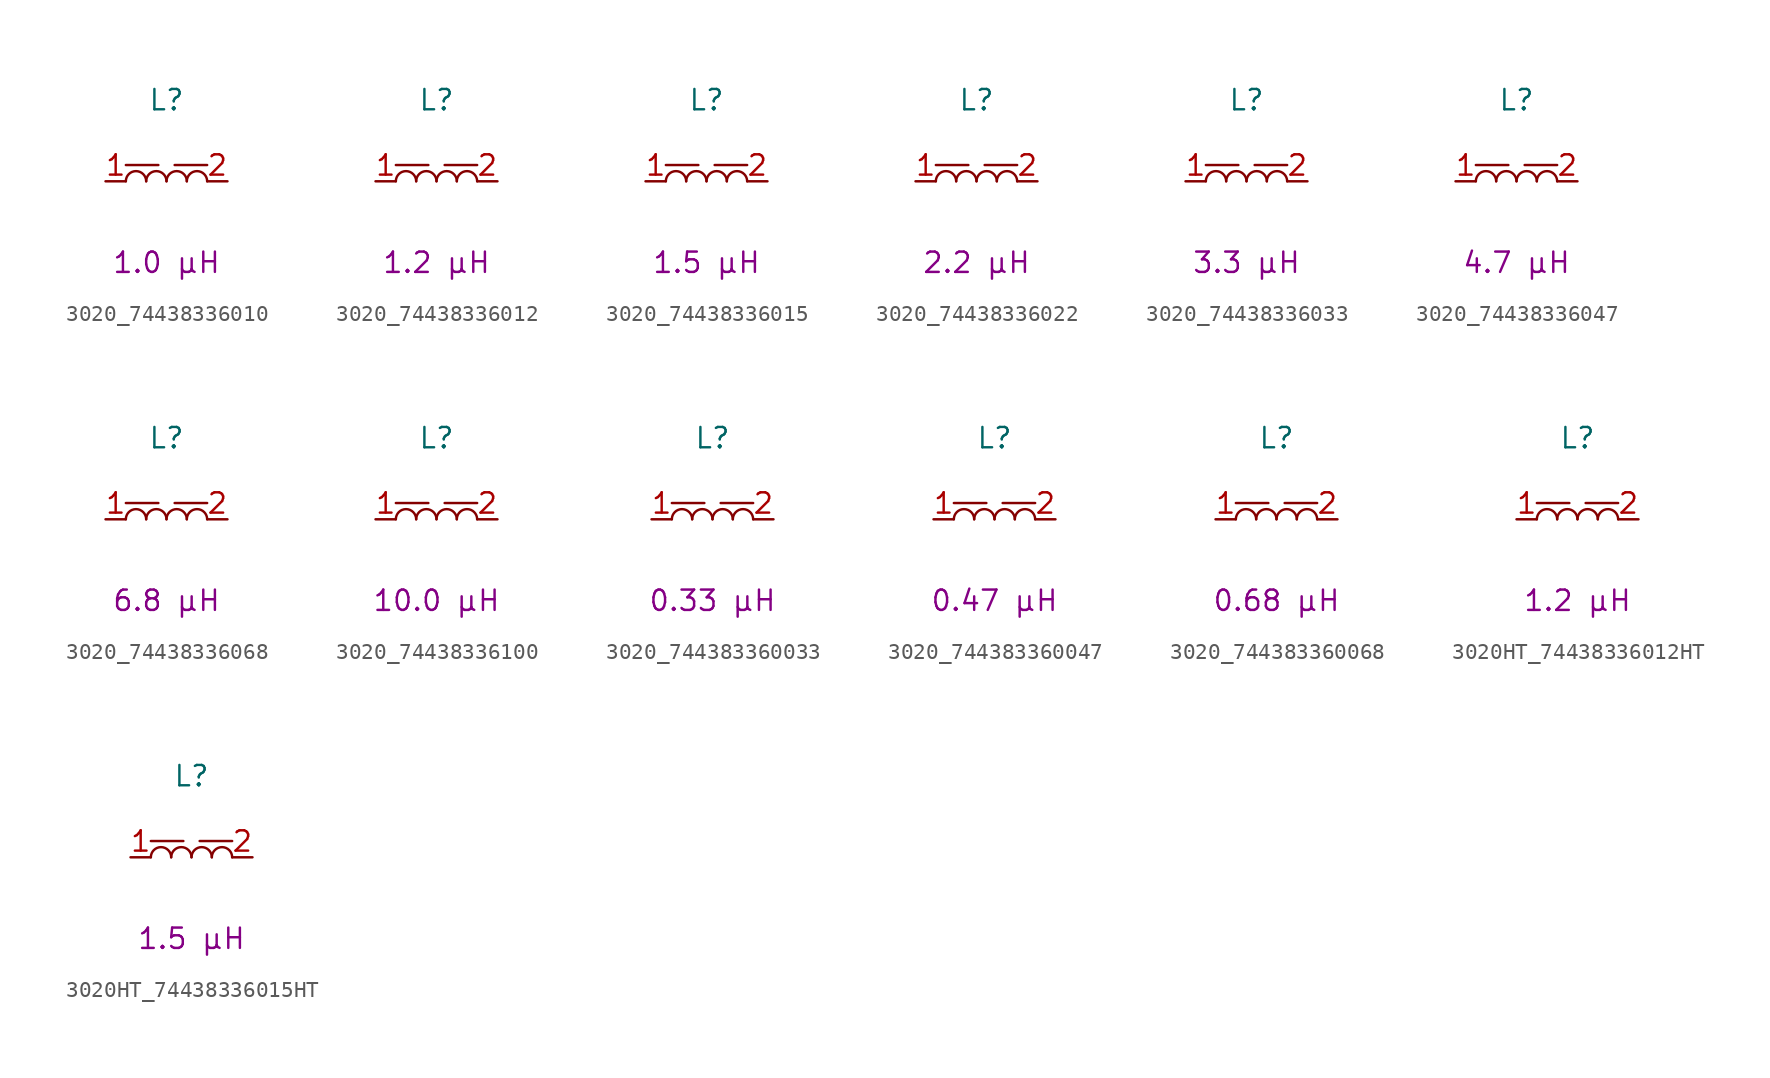
<source format=kicad_sym>
(kicad_symbol_lib
  (version 20220914)
  (generator kicad_symbol_editor)
  (symbol "3020_74438336010"
    (pin_names hide)
    (property "Reference" "L"
      (at 0 5.08 0)
      (effects (font (size 1.27 1.27))))
    (property "Critical Parameter" "1.0 µH"
      (at 0 -5.08 0)
      (effects (font (size 1.27 1.27))))
    (symbol "3020_74438336010_0_1"
      (arc (start -1.27 0) (mid -1.905 0.6323) (end -2.54 0) (stroke (width 0) (type default)) (fill (type none)))
      (arc (start 0 0) (mid -0.635 0.6323) (end -1.27 0) (stroke (width 0) (type default)) (fill (type none)))
      (polyline (pts (xy -2.54 1.016) (xy -0.508 1.016)) (stroke (width 0) (type default)) (fill (type none)))
      (arc (start 1.27 0) (mid 0.635 0.6323) (end 0 0) (stroke (width 0) (type default)) (fill (type none)))
      (arc (start 2.54 0) (mid 1.905 0.6323) (end 1.27 0) (stroke (width 0) (type default)) (fill (type none))))
    (symbol "3020_74438336010_1_1"
      (polyline (pts (xy 2.54 1.016) (xy 0.508 1.016)) (stroke (width 0) (type default)) (fill (type none)))
      (pin passive line (at -3.81 0 0) (length 1.27) (name "1" (effects (font (size 1.27 1.27)))) (number "1" (effects (font (size 1.27 1.27)))))
      (pin passive line (at 3.81 0 180) (length 1.27) (name "2" (effects (font (size 1.27 1.27)))) (number "2" (effects (font (size 1.27 1.27)))))))
  (symbol "3020_74438336012"
    (pin_names hide)
    (property "Reference" "L"
      (at 0 5.08 0)
      (effects (font (size 1.27 1.27))))
    (property "Critical Parameter" "1.2 µH"
      (at 0 -5.08 0)
      (effects (font (size 1.27 1.27))))
    (symbol "3020_74438336012_0_1"
      (arc (start -1.27 0) (mid -1.905 0.6323) (end -2.54 0) (stroke (width 0) (type default)) (fill (type none)))
      (arc (start 0 0) (mid -0.635 0.6323) (end -1.27 0) (stroke (width 0) (type default)) (fill (type none)))
      (polyline (pts (xy -2.54 1.016) (xy -0.508 1.016)) (stroke (width 0) (type default)) (fill (type none)))
      (arc (start 1.27 0) (mid 0.635 0.6323) (end 0 0) (stroke (width 0) (type default)) (fill (type none)))
      (arc (start 2.54 0) (mid 1.905 0.6323) (end 1.27 0) (stroke (width 0) (type default)) (fill (type none))))
    (symbol "3020_74438336012_1_1"
      (polyline (pts (xy 2.54 1.016) (xy 0.508 1.016)) (stroke (width 0) (type default)) (fill (type none)))
      (pin passive line (at -3.81 0 0) (length 1.27) (name "1" (effects (font (size 1.27 1.27)))) (number "1" (effects (font (size 1.27 1.27)))))
      (pin passive line (at 3.81 0 180) (length 1.27) (name "2" (effects (font (size 1.27 1.27)))) (number "2" (effects (font (size 1.27 1.27)))))))
  (symbol "3020_74438336015"
    (pin_names hide)
    (property "Reference" "L"
      (at 0 5.08 0)
      (effects (font (size 1.27 1.27))))
    (property "Critical Parameter" "1.5 µH"
      (at 0 -5.08 0)
      (effects (font (size 1.27 1.27))))
    (symbol "3020_74438336015_0_1"
      (arc (start -1.27 0) (mid -1.905 0.6323) (end -2.54 0) (stroke (width 0) (type default)) (fill (type none)))
      (arc (start 0 0) (mid -0.635 0.6323) (end -1.27 0) (stroke (width 0) (type default)) (fill (type none)))
      (polyline (pts (xy -2.54 1.016) (xy -0.508 1.016)) (stroke (width 0) (type default)) (fill (type none)))
      (arc (start 1.27 0) (mid 0.635 0.6323) (end 0 0) (stroke (width 0) (type default)) (fill (type none)))
      (arc (start 2.54 0) (mid 1.905 0.6323) (end 1.27 0) (stroke (width 0) (type default)) (fill (type none))))
    (symbol "3020_74438336015_1_1"
      (polyline (pts (xy 2.54 1.016) (xy 0.508 1.016)) (stroke (width 0) (type default)) (fill (type none)))
      (pin passive line (at -3.81 0 0) (length 1.27) (name "1" (effects (font (size 1.27 1.27)))) (number "1" (effects (font (size 1.27 1.27)))))
      (pin passive line (at 3.81 0 180) (length 1.27) (name "2" (effects (font (size 1.27 1.27)))) (number "2" (effects (font (size 1.27 1.27)))))))
  (symbol "3020_74438336022"
    (pin_names hide)
    (property "Reference" "L"
      (at 0 5.08 0)
      (effects (font (size 1.27 1.27))))
    (property "Critical Parameter" "2.2 µH"
      (at 0 -5.08 0)
      (effects (font (size 1.27 1.27))))
    (symbol "3020_74438336022_0_1"
      (arc (start -1.27 0) (mid -1.905 0.6323) (end -2.54 0) (stroke (width 0) (type default)) (fill (type none)))
      (arc (start 0 0) (mid -0.635 0.6323) (end -1.27 0) (stroke (width 0) (type default)) (fill (type none)))
      (polyline (pts (xy -2.54 1.016) (xy -0.508 1.016)) (stroke (width 0) (type default)) (fill (type none)))
      (arc (start 1.27 0) (mid 0.635 0.6323) (end 0 0) (stroke (width 0) (type default)) (fill (type none)))
      (arc (start 2.54 0) (mid 1.905 0.6323) (end 1.27 0) (stroke (width 0) (type default)) (fill (type none))))
    (symbol "3020_74438336022_1_1"
      (polyline (pts (xy 2.54 1.016) (xy 0.508 1.016)) (stroke (width 0) (type default)) (fill (type none)))
      (pin passive line (at -3.81 0 0) (length 1.27) (name "1" (effects (font (size 1.27 1.27)))) (number "1" (effects (font (size 1.27 1.27)))))
      (pin passive line (at 3.81 0 180) (length 1.27) (name "2" (effects (font (size 1.27 1.27)))) (number "2" (effects (font (size 1.27 1.27)))))))
  (symbol "3020_74438336033"
    (pin_names hide)
    (property "Reference" "L"
      (at 0 5.08 0)
      (effects (font (size 1.27 1.27))))
    (property "Critical Parameter" "3.3 µH"
      (at 0 -5.08 0)
      (effects (font (size 1.27 1.27))))
    (symbol "3020_74438336033_0_1"
      (arc (start -1.27 0) (mid -1.905 0.6323) (end -2.54 0) (stroke (width 0) (type default)) (fill (type none)))
      (arc (start 0 0) (mid -0.635 0.6323) (end -1.27 0) (stroke (width 0) (type default)) (fill (type none)))
      (polyline (pts (xy -2.54 1.016) (xy -0.508 1.016)) (stroke (width 0) (type default)) (fill (type none)))
      (arc (start 1.27 0) (mid 0.635 0.6323) (end 0 0) (stroke (width 0) (type default)) (fill (type none)))
      (arc (start 2.54 0) (mid 1.905 0.6323) (end 1.27 0) (stroke (width 0) (type default)) (fill (type none))))
    (symbol "3020_74438336033_1_1"
      (polyline (pts (xy 2.54 1.016) (xy 0.508 1.016)) (stroke (width 0) (type default)) (fill (type none)))
      (pin passive line (at -3.81 0 0) (length 1.27) (name "1" (effects (font (size 1.27 1.27)))) (number "1" (effects (font (size 1.27 1.27)))))
      (pin passive line (at 3.81 0 180) (length 1.27) (name "2" (effects (font (size 1.27 1.27)))) (number "2" (effects (font (size 1.27 1.27)))))))
  (symbol "3020_74438336047"
    (pin_names hide)
    (property "Reference" "L"
      (at 0 5.08 0)
      (effects (font (size 1.27 1.27))))
    (property "Critical Parameter" "4.7 µH"
      (at 0 -5.08 0)
      (effects (font (size 1.27 1.27))))
    (symbol "3020_74438336047_0_1"
      (arc (start -1.27 0) (mid -1.905 0.6323) (end -2.54 0) (stroke (width 0) (type default)) (fill (type none)))
      (arc (start 0 0) (mid -0.635 0.6323) (end -1.27 0) (stroke (width 0) (type default)) (fill (type none)))
      (polyline (pts (xy -2.54 1.016) (xy -0.508 1.016)) (stroke (width 0) (type default)) (fill (type none)))
      (arc (start 1.27 0) (mid 0.635 0.6323) (end 0 0) (stroke (width 0) (type default)) (fill (type none)))
      (arc (start 2.54 0) (mid 1.905 0.6323) (end 1.27 0) (stroke (width 0) (type default)) (fill (type none))))
    (symbol "3020_74438336047_1_1"
      (polyline (pts (xy 2.54 1.016) (xy 0.508 1.016)) (stroke (width 0) (type default)) (fill (type none)))
      (pin passive line (at -3.81 0 0) (length 1.27) (name "1" (effects (font (size 1.27 1.27)))) (number "1" (effects (font (size 1.27 1.27)))))
      (pin passive line (at 3.81 0 180) (length 1.27) (name "2" (effects (font (size 1.27 1.27)))) (number "2" (effects (font (size 1.27 1.27)))))))
  (symbol "3020_74438336068"
    (pin_names hide)
    (property "Reference" "L"
      (at 0 5.08 0)
      (effects (font (size 1.27 1.27))))
    (property "Critical Parameter" "6.8 µH"
      (at 0 -5.08 0)
      (effects (font (size 1.27 1.27))))
    (symbol "3020_74438336068_0_1"
      (arc (start -1.27 0) (mid -1.905 0.6323) (end -2.54 0) (stroke (width 0) (type default)) (fill (type none)))
      (arc (start 0 0) (mid -0.635 0.6323) (end -1.27 0) (stroke (width 0) (type default)) (fill (type none)))
      (polyline (pts (xy -2.54 1.016) (xy -0.508 1.016)) (stroke (width 0) (type default)) (fill (type none)))
      (arc (start 1.27 0) (mid 0.635 0.6323) (end 0 0) (stroke (width 0) (type default)) (fill (type none)))
      (arc (start 2.54 0) (mid 1.905 0.6323) (end 1.27 0) (stroke (width 0) (type default)) (fill (type none))))
    (symbol "3020_74438336068_1_1"
      (polyline (pts (xy 2.54 1.016) (xy 0.508 1.016)) (stroke (width 0) (type default)) (fill (type none)))
      (pin passive line (at -3.81 0 0) (length 1.27) (name "1" (effects (font (size 1.27 1.27)))) (number "1" (effects (font (size 1.27 1.27)))))
      (pin passive line (at 3.81 0 180) (length 1.27) (name "2" (effects (font (size 1.27 1.27)))) (number "2" (effects (font (size 1.27 1.27)))))))
  (symbol "3020_74438336100"
    (pin_names hide)
    (property "Reference" "L"
      (at 0 5.08 0)
      (effects (font (size 1.27 1.27))))
    (property "Critical Parameter" "10.0 µH"
      (at 0 -5.08 0)
      (effects (font (size 1.27 1.27))))
    (symbol "3020_74438336100_0_1"
      (arc (start -1.27 0) (mid -1.905 0.6323) (end -2.54 0) (stroke (width 0) (type default)) (fill (type none)))
      (arc (start 0 0) (mid -0.635 0.6323) (end -1.27 0) (stroke (width 0) (type default)) (fill (type none)))
      (polyline (pts (xy -2.54 1.016) (xy -0.508 1.016)) (stroke (width 0) (type default)) (fill (type none)))
      (arc (start 1.27 0) (mid 0.635 0.6323) (end 0 0) (stroke (width 0) (type default)) (fill (type none)))
      (arc (start 2.54 0) (mid 1.905 0.6323) (end 1.27 0) (stroke (width 0) (type default)) (fill (type none))))
    (symbol "3020_74438336100_1_1"
      (polyline (pts (xy 2.54 1.016) (xy 0.508 1.016)) (stroke (width 0) (type default)) (fill (type none)))
      (pin passive line (at -3.81 0 0) (length 1.27) (name "1" (effects (font (size 1.27 1.27)))) (number "1" (effects (font (size 1.27 1.27)))))
      (pin passive line (at 3.81 0 180) (length 1.27) (name "2" (effects (font (size 1.27 1.27)))) (number "2" (effects (font (size 1.27 1.27)))))))
  (symbol "3020_744383360033"
    (pin_names hide)
    (property "Reference" "L"
      (at 0 5.08 0)
      (effects (font (size 1.27 1.27))))
    (property "Critical Parameter" "0.33 µH"
      (at 0 -5.08 0)
      (effects (font (size 1.27 1.27))))
    (symbol "3020_744383360033_0_1"
      (arc (start -1.27 0) (mid -1.905 0.6323) (end -2.54 0) (stroke (width 0) (type default)) (fill (type none)))
      (arc (start 0 0) (mid -0.635 0.6323) (end -1.27 0) (stroke (width 0) (type default)) (fill (type none)))
      (polyline (pts (xy -2.54 1.016) (xy -0.508 1.016)) (stroke (width 0) (type default)) (fill (type none)))
      (arc (start 1.27 0) (mid 0.635 0.6323) (end 0 0) (stroke (width 0) (type default)) (fill (type none)))
      (arc (start 2.54 0) (mid 1.905 0.6323) (end 1.27 0) (stroke (width 0) (type default)) (fill (type none))))
    (symbol "3020_744383360033_1_1"
      (polyline (pts (xy 2.54 1.016) (xy 0.508 1.016)) (stroke (width 0) (type default)) (fill (type none)))
      (pin passive line (at -3.81 0 0) (length 1.27) (name "1" (effects (font (size 1.27 1.27)))) (number "1" (effects (font (size 1.27 1.27)))))
      (pin passive line (at 3.81 0 180) (length 1.27) (name "2" (effects (font (size 1.27 1.27)))) (number "2" (effects (font (size 1.27 1.27)))))))
  (symbol "3020_744383360047"
    (pin_names hide)
    (property "Reference" "L"
      (at 0 5.08 0)
      (effects (font (size 1.27 1.27))))
    (property "Critical Parameter" "0.47 µH"
      (at 0 -5.08 0)
      (effects (font (size 1.27 1.27))))
    (symbol "3020_744383360047_0_1"
      (arc (start -1.27 0) (mid -1.905 0.6323) (end -2.54 0) (stroke (width 0) (type default)) (fill (type none)))
      (arc (start 0 0) (mid -0.635 0.6323) (end -1.27 0) (stroke (width 0) (type default)) (fill (type none)))
      (polyline (pts (xy -2.54 1.016) (xy -0.508 1.016)) (stroke (width 0) (type default)) (fill (type none)))
      (arc (start 1.27 0) (mid 0.635 0.6323) (end 0 0) (stroke (width 0) (type default)) (fill (type none)))
      (arc (start 2.54 0) (mid 1.905 0.6323) (end 1.27 0) (stroke (width 0) (type default)) (fill (type none))))
    (symbol "3020_744383360047_1_1"
      (polyline (pts (xy 2.54 1.016) (xy 0.508 1.016)) (stroke (width 0) (type default)) (fill (type none)))
      (pin passive line (at -3.81 0 0) (length 1.27) (name "1" (effects (font (size 1.27 1.27)))) (number "1" (effects (font (size 1.27 1.27)))))
      (pin passive line (at 3.81 0 180) (length 1.27) (name "2" (effects (font (size 1.27 1.27)))) (number "2" (effects (font (size 1.27 1.27)))))))
  (symbol "3020_744383360068"
    (pin_names hide)
    (property "Reference" "L"
      (at 0 5.08 0)
      (effects (font (size 1.27 1.27))))
    (property "Critical Parameter" "0.68 µH"
      (at 0 -5.08 0)
      (effects (font (size 1.27 1.27))))
    (symbol "3020_744383360068_0_1"
      (arc (start -1.27 0) (mid -1.905 0.6323) (end -2.54 0) (stroke (width 0) (type default)) (fill (type none)))
      (arc (start 0 0) (mid -0.635 0.6323) (end -1.27 0) (stroke (width 0) (type default)) (fill (type none)))
      (polyline (pts (xy -2.54 1.016) (xy -0.508 1.016)) (stroke (width 0) (type default)) (fill (type none)))
      (arc (start 1.27 0) (mid 0.635 0.6323) (end 0 0) (stroke (width 0) (type default)) (fill (type none)))
      (arc (start 2.54 0) (mid 1.905 0.6323) (end 1.27 0) (stroke (width 0) (type default)) (fill (type none))))
    (symbol "3020_744383360068_1_1"
      (polyline (pts (xy 2.54 1.016) (xy 0.508 1.016)) (stroke (width 0) (type default)) (fill (type none)))
      (pin passive line (at -3.81 0 0) (length 1.27) (name "1" (effects (font (size 1.27 1.27)))) (number "1" (effects (font (size 1.27 1.27)))))
      (pin passive line (at 3.81 0 180) (length 1.27) (name "2" (effects (font (size 1.27 1.27)))) (number "2" (effects (font (size 1.27 1.27)))))))
  (symbol "3020HT_74438336012HT"
    (pin_names hide)
    (property "Reference" "L"
      (at 0 5.08 0)
      (effects (font (size 1.27 1.27))))
    (property "Critical Parameter" "1.2 µH"
      (at 0 -5.08 0)
      (effects (font (size 1.27 1.27))))
    (symbol "3020HT_74438336012HT_0_1"
      (arc (start -1.27 0) (mid -1.905 0.6323) (end -2.54 0) (stroke (width 0) (type default)) (fill (type none)))
      (arc (start 0 0) (mid -0.635 0.6323) (end -1.27 0) (stroke (width 0) (type default)) (fill (type none)))
      (polyline (pts (xy -2.54 1.016) (xy -0.508 1.016)) (stroke (width 0) (type default)) (fill (type none)))
      (arc (start 1.27 0) (mid 0.635 0.6323) (end 0 0) (stroke (width 0) (type default)) (fill (type none)))
      (arc (start 2.54 0) (mid 1.905 0.6323) (end 1.27 0) (stroke (width 0) (type default)) (fill (type none))))
    (symbol "3020HT_74438336012HT_1_1"
      (polyline (pts (xy 2.54 1.016) (xy 0.508 1.016)) (stroke (width 0) (type default)) (fill (type none)))
      (pin passive line (at -3.81 0 0) (length 1.27) (name "1" (effects (font (size 1.27 1.27)))) (number "1" (effects (font (size 1.27 1.27)))))
      (pin passive line (at 3.81 0 180) (length 1.27) (name "2" (effects (font (size 1.27 1.27)))) (number "2" (effects (font (size 1.27 1.27)))))))
  (symbol "3020HT_74438336015HT"
    (pin_names hide)
    (property "Reference" "L"
      (at 0 5.08 0)
      (effects (font (size 1.27 1.27))))
    (property "Critical Parameter" "1.5 µH"
      (at 0 -5.08 0)
      (effects (font (size 1.27 1.27))))
    (symbol "3020HT_74438336015HT_0_1"
      (arc (start -1.27 0) (mid -1.905 0.6323) (end -2.54 0) (stroke (width 0) (type default)) (fill (type none)))
      (arc (start 0 0) (mid -0.635 0.6323) (end -1.27 0) (stroke (width 0) (type default)) (fill (type none)))
      (polyline (pts (xy -2.54 1.016) (xy -0.508 1.016)) (stroke (width 0) (type default)) (fill (type none)))
      (arc (start 1.27 0) (mid 0.635 0.6323) (end 0 0) (stroke (width 0) (type default)) (fill (type none)))
      (arc (start 2.54 0) (mid 1.905 0.6323) (end 1.27 0) (stroke (width 0) (type default)) (fill (type none))))
    (symbol "3020HT_74438336015HT_1_1"
      (polyline (pts (xy 2.54 1.016) (xy 0.508 1.016)) (stroke (width 0) (type default)) (fill (type none)))
      (pin passive line (at -3.81 0 0) (length 1.27) (name "1" (effects (font (size 1.27 1.27)))) (number "1" (effects (font (size 1.27 1.27)))))
      (pin passive line (at 3.81 0 180) (length 1.27) (name "2" (effects (font (size 1.27 1.27)))) (number "2" (effects (font (size 1.27 1.27))))))))
</source>
